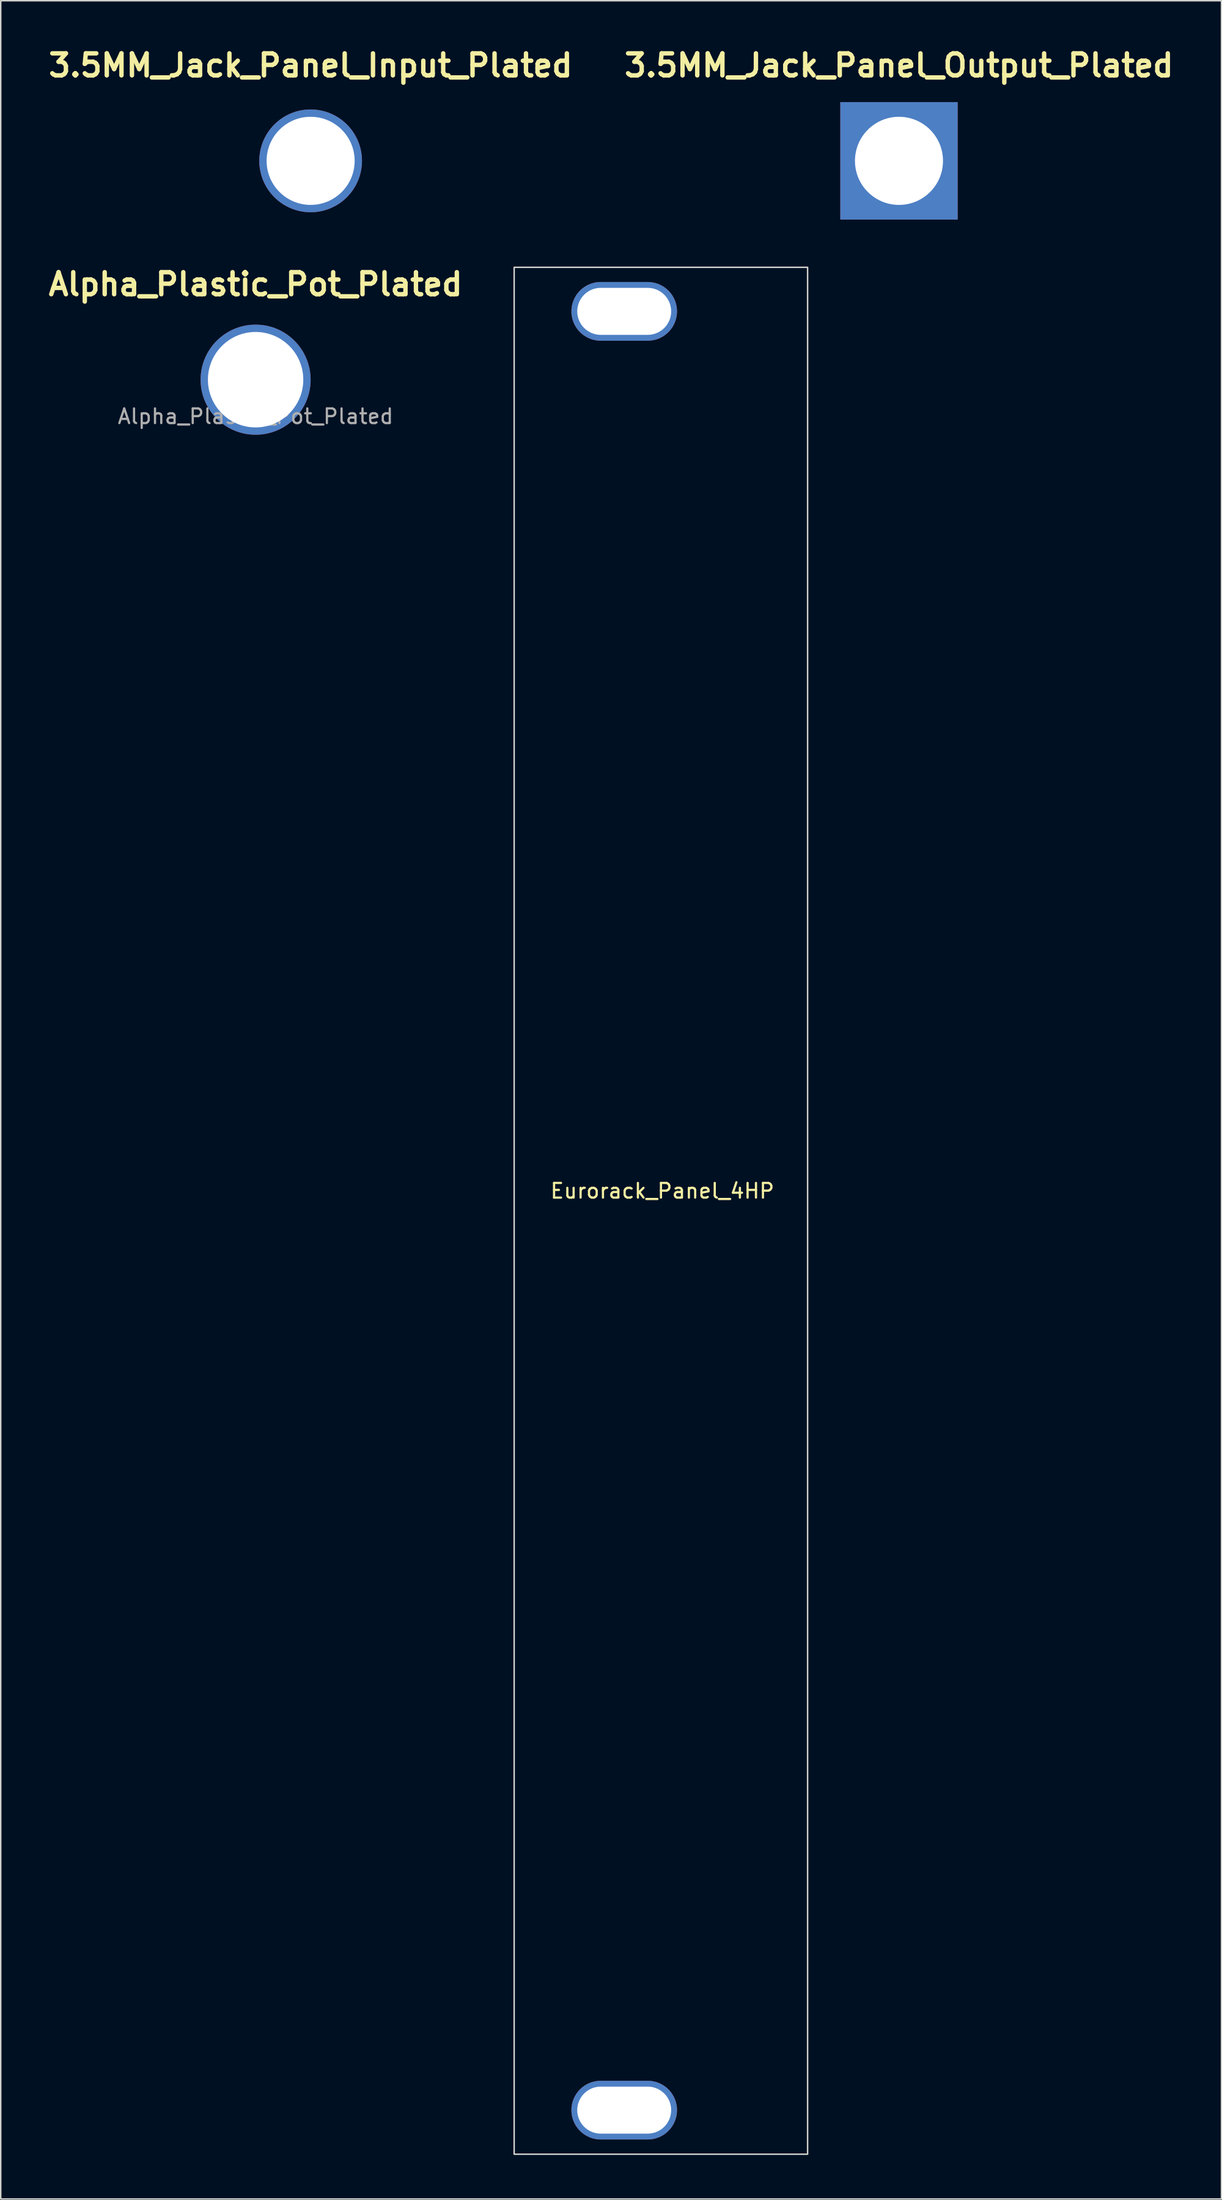
<source format=kicad_pcb>
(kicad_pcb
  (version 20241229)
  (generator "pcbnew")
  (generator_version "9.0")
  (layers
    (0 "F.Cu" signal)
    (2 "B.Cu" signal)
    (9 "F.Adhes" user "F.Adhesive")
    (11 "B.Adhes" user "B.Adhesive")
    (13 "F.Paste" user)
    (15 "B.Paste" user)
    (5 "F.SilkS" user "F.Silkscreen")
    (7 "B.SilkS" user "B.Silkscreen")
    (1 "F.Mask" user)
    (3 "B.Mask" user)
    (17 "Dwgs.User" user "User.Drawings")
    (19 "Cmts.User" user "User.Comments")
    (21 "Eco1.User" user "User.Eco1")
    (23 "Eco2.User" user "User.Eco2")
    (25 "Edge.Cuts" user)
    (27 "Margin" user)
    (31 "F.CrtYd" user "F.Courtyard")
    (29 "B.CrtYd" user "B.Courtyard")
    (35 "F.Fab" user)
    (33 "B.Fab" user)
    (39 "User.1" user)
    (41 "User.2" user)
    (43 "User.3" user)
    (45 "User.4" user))
  (footprint "Eurorack_Panel_4HP"
    (layer "F.Cu")
    (at 31.993 15.154)
    (property "Reference" "Eurorack_Panel_4HP" (at 10.1 62.9 0) (unlocked yes) (layer "F.SilkS") (effects (font (size 1 1) (thickness 0.15))))
    (attr through_hole)
    (fp_rect (start 0 0) (end 20 128.5) (stroke (width 0.1) (type solid)) (fill no) (layer "Edge.Cuts"))
    (pad "" thru_hole oval (at 7.5 3) (size 7.2 4) (drill oval 6.4 3.2) (layers "*.Cu" "*.Mask"))
    (pad "" thru_hole oval (at 7.5 125.5) (size 7.2 4) (drill oval 6.4 3.2) (layers "*.Cu" "*.Mask")))
  (footprint "Alpha_Plastic_Pot_Plated"
    (layer "F.Cu")
    (at 14.371 22.808)
    (property "Reference" "Alpha_Plastic_Pot_Plated" (at 0 -6.5 0) (unlocked yes) (layer "F.SilkS") (effects (font (size 1.5 1.5) (thickness 0.3))))
    (attr through_hole)
    (fp_text user "${REFERENCE}" (at 0 2.5 0) (unlocked yes) (layer "F.Fab") (effects (font (size 1 1) (thickness 0.15))))
    (pad "" thru_hole circle (at 0 0) (size 7.5 7.5) (drill 6.5) (layers "*.Cu" "*.Mask")))
  (footprint "3.5MM_Jack_Panel_Output_Plated"
    (layer "F.Cu")
    (at 58.221 7.904)
    (property "Reference" "3.5MM_Jack_Panel_Output_Plated" (at 0 -6.5 0) (unlocked yes) (layer "F.SilkS") (effects (font (size 1.5 1.5) (thickness 0.3))))
    (pad "" thru_hole rect (at 0 0) (size 8 8) (drill 6) (layers "*.Cu" "*.Mask")))
  (footprint "3.5MM_Jack_Panel_Input_Plated"
    (layer "F.Cu")
    (at 18.121 7.904)
    (property "Reference" "3.5MM_Jack_Panel_Input_Plated" (at 0 -6.5 0) (unlocked yes) (layer "F.SilkS") (effects (font (size 1.5 1.5) (thickness 0.3))))
    (pad "" thru_hole circle (at 0 0) (size 7 7) (drill 6) (layers "*.Cu" "*.Mask")))
  (gr_rect
    (start -3 -3)
    (end 80.2 146.704)
    (stroke (width 0.1) (type default))
    (fill no)
    (layer "Edge.Cuts")))
</source>
